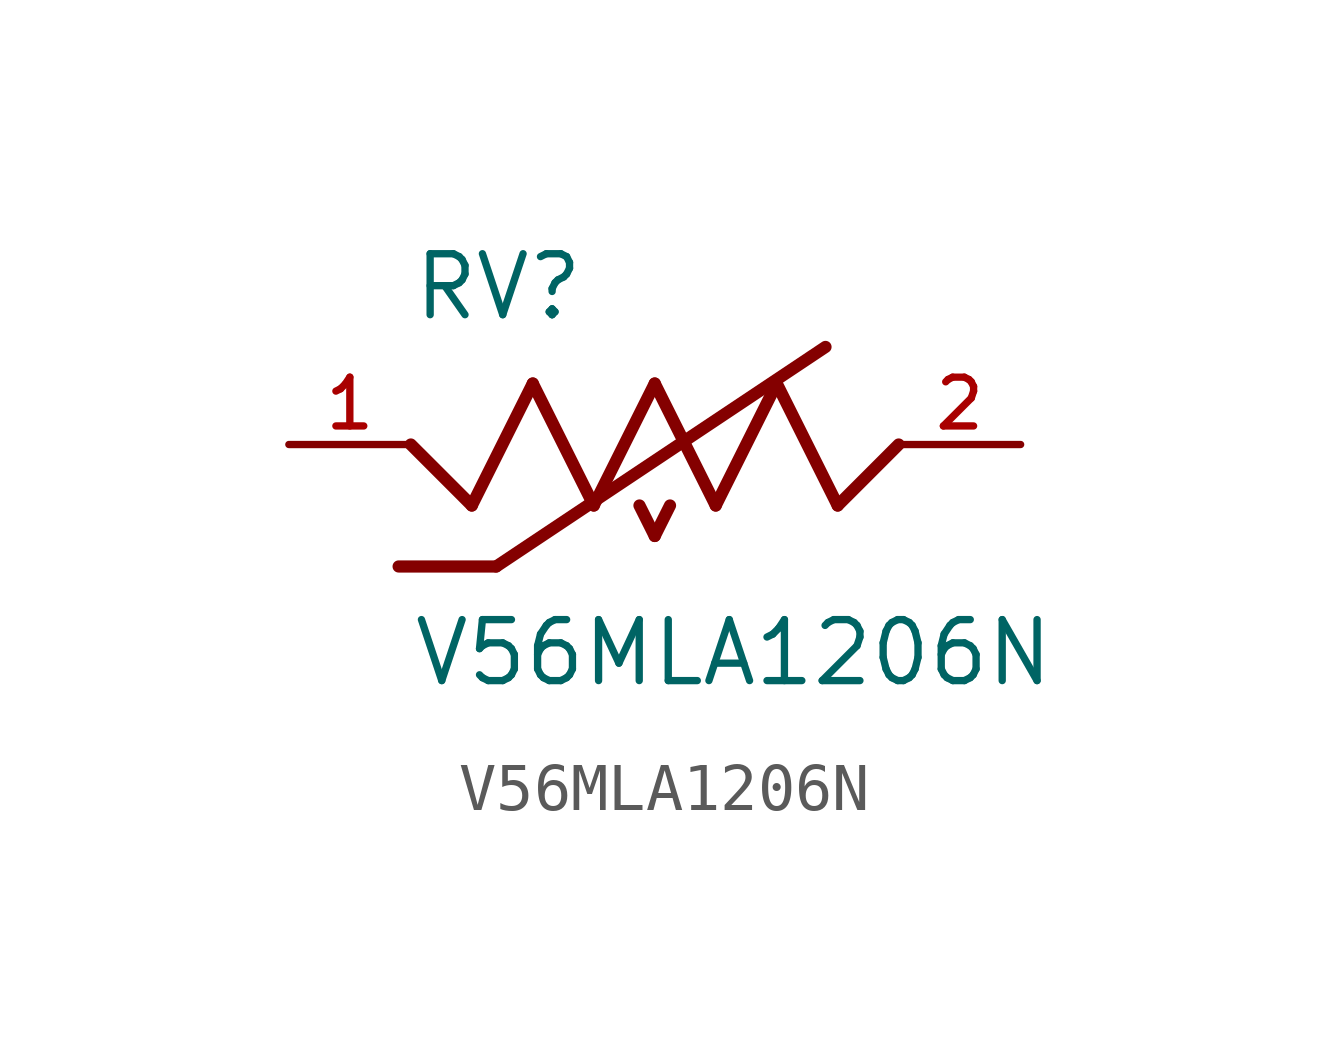
<source format=kicad_sym>
(kicad_symbol_lib
  (version 20211014)
  (generator kicad_symbol_editor)
  (symbol "V56MLA1206N"
    (pin_names
      (offset 1.016))
    (property "Reference" "RV"
      (at -5.08 2.54 0)
      (effects (font (size 1.27 1.27)) (justify bottom left)))
    (property "Value" "V56MLA1206N"
      (at -5.08 -5.08 0)
      (effects (font (size 1.27 1.27)) (justify bottom left)))
    (symbol "V56MLA1206N_0_0"
      (polyline (pts (xy -1.27 -1.27) (xy 0.0 1.27)) (stroke (width 0.254)))
      (polyline (pts (xy 0.0 1.27) (xy 1.27 -1.27)) (stroke (width 0.254)))
      (polyline (pts (xy 1.27 -1.27) (xy 2.54 1.27)) (stroke (width 0.254)))
      (polyline (pts (xy 2.54 1.27) (xy 3.81 -1.27)) (stroke (width 0.254)))
      (polyline (pts (xy 3.81 -1.27) (xy 5.08 0.0)) (stroke (width 0.254)))
      (polyline (pts (xy -1.27 -1.27) (xy -2.54 1.27)) (stroke (width 0.254)))
      (polyline (pts (xy -2.54 1.27) (xy -3.81 -1.27)) (stroke (width 0.254)))
      (polyline (pts (xy -3.81 -1.27) (xy -5.08 0.0)) (stroke (width 0.254)))
      (polyline (pts (xy -3.302 -2.54) (xy 3.556 2.032)) (stroke (width 0.254)))
      (polyline (pts (xy -3.302 -2.54) (xy -5.334 -2.54)) (stroke (width 0.254)))
      (polyline (pts (xy -0.318 -1.27) (xy 0.0 -1.905)) (stroke (width 0.254)))
      (polyline (pts (xy 0.0 -1.905) (xy 0.318 -1.27)) (stroke (width 0.254)))
      (pin passive line (at -7.62 0.0 0) (length 2.54) (name "~" (effects (font (size 1.016 1.016)))) (number "1" (effects (font (size 1.016 1.016)))))
      (pin passive line (at 7.62 0.0 180.0) (length 2.54) (name "~" (effects (font (size 1.016 1.016)))) (number "2" (effects (font (size 1.016 1.016))))))))
</source>
